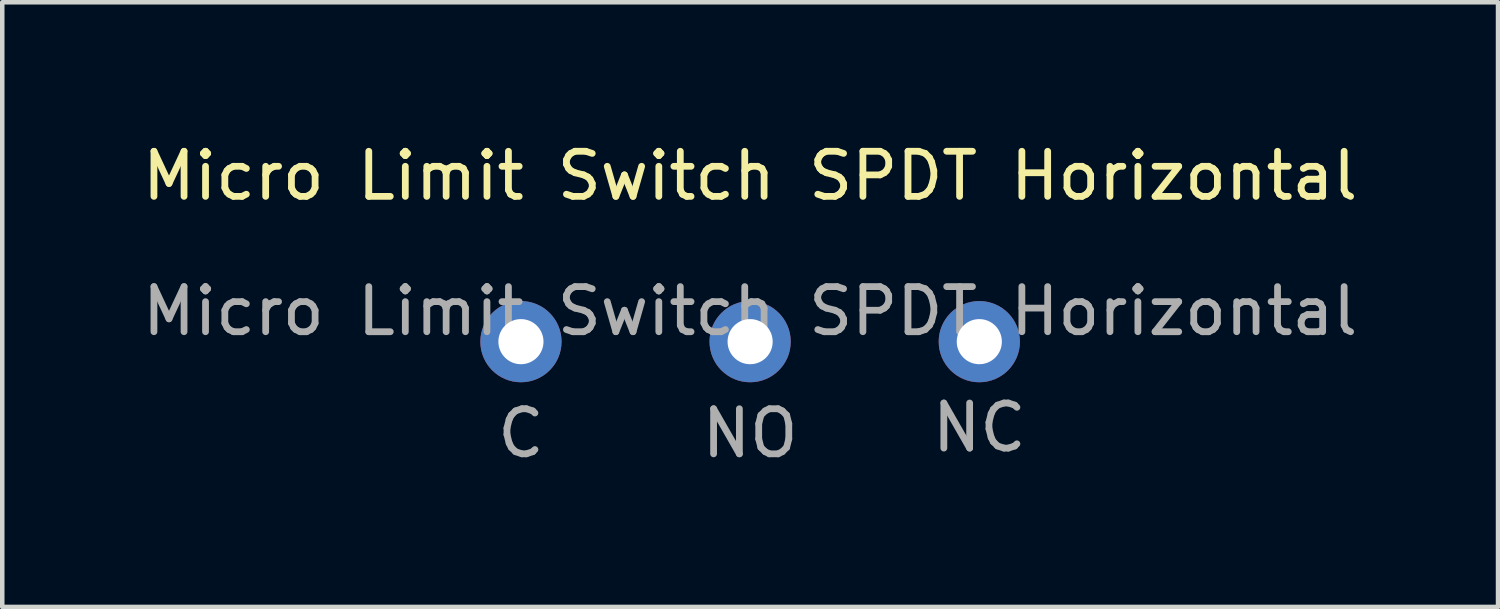
<source format=kicad_pcb>
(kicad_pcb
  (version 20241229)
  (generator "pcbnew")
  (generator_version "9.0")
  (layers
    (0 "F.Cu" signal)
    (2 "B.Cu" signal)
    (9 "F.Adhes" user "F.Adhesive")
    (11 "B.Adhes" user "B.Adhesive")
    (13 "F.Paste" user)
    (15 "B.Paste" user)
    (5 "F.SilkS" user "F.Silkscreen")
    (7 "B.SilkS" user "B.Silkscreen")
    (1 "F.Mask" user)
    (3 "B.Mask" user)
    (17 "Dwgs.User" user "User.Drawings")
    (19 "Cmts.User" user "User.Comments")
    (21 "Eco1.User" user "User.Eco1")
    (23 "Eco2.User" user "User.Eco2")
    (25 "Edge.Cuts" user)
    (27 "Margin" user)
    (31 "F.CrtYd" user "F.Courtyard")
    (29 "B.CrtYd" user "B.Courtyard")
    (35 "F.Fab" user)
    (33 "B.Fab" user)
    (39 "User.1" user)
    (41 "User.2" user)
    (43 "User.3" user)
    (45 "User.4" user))
  (footprint "Micro Limit Switch SPDT Horizontal"
    (layer "F.Cu")
    (at 13.577 1.348)
    (property "Reference" "Micro Limit Switch SPDT Horizontal" (at 0 -0.5 0) (unlocked yes) (layer "F.SilkS") (effects (font (size 1 1) (thickness 0.15))))
    (attr through_hole)
    (fp_text user "NC" (at 5.08 5.08 0) (unlocked yes) (layer "F.Fab") (effects (font (size 1 1) (thickness 0.15))))
    (fp_text user "C" (at -5.08 5.207 0) (unlocked yes) (layer "F.Fab") (effects (font (size 1 1) (thickness 0.15))))
    (fp_text user "NO" (at 0 5.207 0) (unlocked yes) (layer "F.Fab") (effects (font (size 1 1) (thickness 0.15))))
    (fp_text user "${REFERENCE}" (at 0 2.5 0) (unlocked yes) (layer "F.Fab") (effects (font (size 1 1) (thickness 0.15))))
    (pad "2" thru_hole circle (at -5.08 3.175) (size 1.8 1.8) (drill 1) (layers "*.Cu" "*.Mask"))
    (pad "3" thru_hole circle (at 0 3.175) (size 1.8 1.8) (drill 1) (layers "*.Cu" "*.Mask"))
    (pad "4" thru_hole circle (at 5.08 3.175) (size 1.8 1.8) (drill 1) (layers "*.Cu" "*.Mask")))
  (gr_rect
    (start -3 -3)
    (end 30.155 10.403)
    (stroke (width 0.1) (type default))
    (fill no)
    (layer "Edge.Cuts")))
</source>
